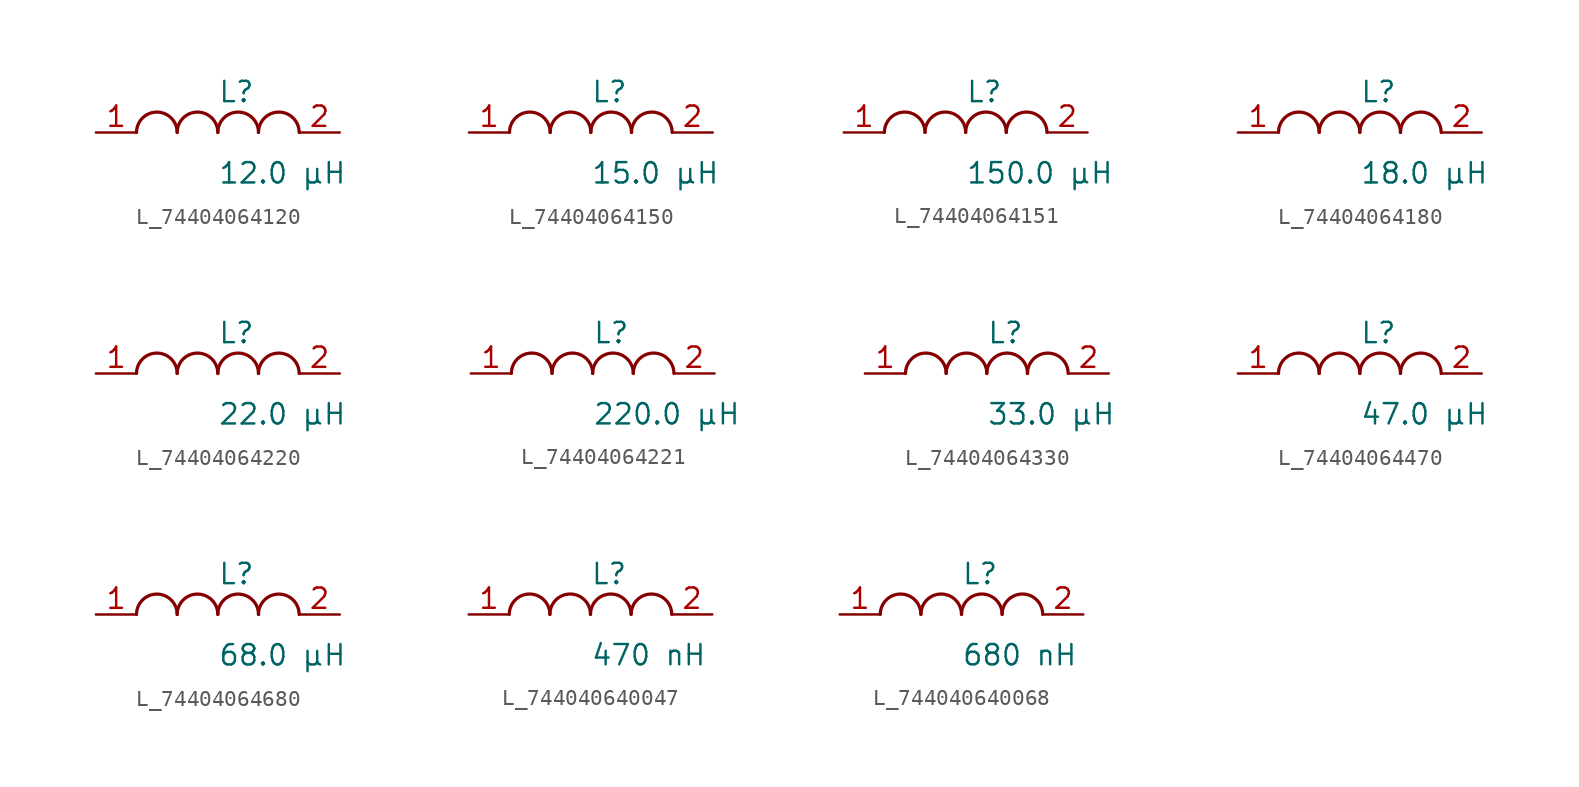
<source format=kicad_sym>
(kicad_symbol_lib
  (version 20231120)
  (generator kicad_symbol_editor)
  (generator_version 8.0)
  (symbol "L_74404064120"
    (pin_names
      (offset 0.254))
    (property "Reference" "L"
      (at 0 2.54 0)
      (effects (font (size 1.27 1.27)) (justify left)))
    (property "Value" "12.0 µH"
      (at 0 -2.54 0)
      (effects (font (size 1.27 1.27)) (justify left)))
    (symbol "L_74404064120_1_1"
      (arc (start -2.54 0.0056) (mid -3.81 1.27) (end -5.08 0.0056) (stroke (width 0.2032) (type default)) (fill (type none)))
      (arc (start 0 0.0056) (mid -1.27 1.27) (end -2.54 0.0056) (stroke (width 0.2032) (type default)) (fill (type none)))
      (arc (start 2.54 0.0056) (mid 1.27 1.27) (end 0 0.0056) (stroke (width 0.2032) (type default)) (fill (type none)))
      (arc (start 5.08 0.0056) (mid 3.81 1.27) (end 2.54 0.0056) (stroke (width 0.2032) (type default)) (fill (type none)))
      (pin unspecified line (at -7.62 0 0) (length 2.54) (name "" (effects (font (size 1.27 1.27)))) (number "1" (effects (font (size 1.27 1.27)))))
      (pin unspecified line (at 7.62 0 180) (length 2.54) (name "" (effects (font (size 1.27 1.27)))) (number "2" (effects (font (size 1.27 1.27)))))))
  (symbol "L_74404064150"
    (pin_names
      (offset 0.254))
    (property "Reference" "L"
      (at 0 2.54 0)
      (effects (font (size 1.27 1.27)) (justify left)))
    (property "Value" "15.0 µH"
      (at 0 -2.54 0)
      (effects (font (size 1.27 1.27)) (justify left)))
    (symbol "L_74404064150_1_1"
      (arc (start -2.54 0.0056) (mid -3.81 1.27) (end -5.08 0.0056) (stroke (width 0.2032) (type default)) (fill (type none)))
      (arc (start 0 0.0056) (mid -1.27 1.27) (end -2.54 0.0056) (stroke (width 0.2032) (type default)) (fill (type none)))
      (arc (start 2.54 0.0056) (mid 1.27 1.27) (end 0 0.0056) (stroke (width 0.2032) (type default)) (fill (type none)))
      (arc (start 5.08 0.0056) (mid 3.81 1.27) (end 2.54 0.0056) (stroke (width 0.2032) (type default)) (fill (type none)))
      (pin unspecified line (at -7.62 0 0) (length 2.54) (name "" (effects (font (size 1.27 1.27)))) (number "1" (effects (font (size 1.27 1.27)))))
      (pin unspecified line (at 7.62 0 180) (length 2.54) (name "" (effects (font (size 1.27 1.27)))) (number "2" (effects (font (size 1.27 1.27)))))))
  (symbol "L_74404064151"
    (pin_names
      (offset 0.254))
    (property "Reference" "L"
      (at 0 2.54 0)
      (effects (font (size 1.27 1.27)) (justify left)))
    (property "Value" "150.0 µH"
      (at 0 -2.54 0)
      (effects (font (size 1.27 1.27)) (justify left)))
    (symbol "L_74404064151_1_1"
      (arc (start -2.54 0.0056) (mid -3.81 1.27) (end -5.08 0.0056) (stroke (width 0.2032) (type default)) (fill (type none)))
      (arc (start 0 0.0056) (mid -1.27 1.27) (end -2.54 0.0056) (stroke (width 0.2032) (type default)) (fill (type none)))
      (arc (start 2.54 0.0056) (mid 1.27 1.27) (end 0 0.0056) (stroke (width 0.2032) (type default)) (fill (type none)))
      (arc (start 5.08 0.0056) (mid 3.81 1.27) (end 2.54 0.0056) (stroke (width 0.2032) (type default)) (fill (type none)))
      (pin unspecified line (at -7.62 0 0) (length 2.54) (name "" (effects (font (size 1.27 1.27)))) (number "1" (effects (font (size 1.27 1.27)))))
      (pin unspecified line (at 7.62 0 180) (length 2.54) (name "" (effects (font (size 1.27 1.27)))) (number "2" (effects (font (size 1.27 1.27)))))))
  (symbol "L_74404064180"
    (pin_names
      (offset 0.254))
    (property "Reference" "L"
      (at 0 2.54 0)
      (effects (font (size 1.27 1.27)) (justify left)))
    (property "Value" "18.0 µH"
      (at 0 -2.54 0)
      (effects (font (size 1.27 1.27)) (justify left)))
    (symbol "L_74404064180_1_1"
      (arc (start -2.54 0.0056) (mid -3.81 1.27) (end -5.08 0.0056) (stroke (width 0.2032) (type default)) (fill (type none)))
      (arc (start 0 0.0056) (mid -1.27 1.27) (end -2.54 0.0056) (stroke (width 0.2032) (type default)) (fill (type none)))
      (arc (start 2.54 0.0056) (mid 1.27 1.27) (end 0 0.0056) (stroke (width 0.2032) (type default)) (fill (type none)))
      (arc (start 5.08 0.0056) (mid 3.81 1.27) (end 2.54 0.0056) (stroke (width 0.2032) (type default)) (fill (type none)))
      (pin unspecified line (at -7.62 0 0) (length 2.54) (name "" (effects (font (size 1.27 1.27)))) (number "1" (effects (font (size 1.27 1.27)))))
      (pin unspecified line (at 7.62 0 180) (length 2.54) (name "" (effects (font (size 1.27 1.27)))) (number "2" (effects (font (size 1.27 1.27)))))))
  (symbol "L_74404064220"
    (pin_names
      (offset 0.254))
    (property "Reference" "L"
      (at 0 2.54 0)
      (effects (font (size 1.27 1.27)) (justify left)))
    (property "Value" "22.0 µH"
      (at 0 -2.54 0)
      (effects (font (size 1.27 1.27)) (justify left)))
    (symbol "L_74404064220_1_1"
      (arc (start -2.54 0.0056) (mid -3.81 1.27) (end -5.08 0.0056) (stroke (width 0.2032) (type default)) (fill (type none)))
      (arc (start 0 0.0056) (mid -1.27 1.27) (end -2.54 0.0056) (stroke (width 0.2032) (type default)) (fill (type none)))
      (arc (start 2.54 0.0056) (mid 1.27 1.27) (end 0 0.0056) (stroke (width 0.2032) (type default)) (fill (type none)))
      (arc (start 5.08 0.0056) (mid 3.81 1.27) (end 2.54 0.0056) (stroke (width 0.2032) (type default)) (fill (type none)))
      (pin unspecified line (at -7.62 0 0) (length 2.54) (name "" (effects (font (size 1.27 1.27)))) (number "1" (effects (font (size 1.27 1.27)))))
      (pin unspecified line (at 7.62 0 180) (length 2.54) (name "" (effects (font (size 1.27 1.27)))) (number "2" (effects (font (size 1.27 1.27)))))))
  (symbol "L_74404064221"
    (pin_names
      (offset 0.254))
    (property "Reference" "L"
      (at 0 2.54 0)
      (effects (font (size 1.27 1.27)) (justify left)))
    (property "Value" "220.0 µH"
      (at 0 -2.54 0)
      (effects (font (size 1.27 1.27)) (justify left)))
    (symbol "L_74404064221_1_1"
      (arc (start -2.54 0.0056) (mid -3.81 1.27) (end -5.08 0.0056) (stroke (width 0.2032) (type default)) (fill (type none)))
      (arc (start 0 0.0056) (mid -1.27 1.27) (end -2.54 0.0056) (stroke (width 0.2032) (type default)) (fill (type none)))
      (arc (start 2.54 0.0056) (mid 1.27 1.27) (end 0 0.0056) (stroke (width 0.2032) (type default)) (fill (type none)))
      (arc (start 5.08 0.0056) (mid 3.81 1.27) (end 2.54 0.0056) (stroke (width 0.2032) (type default)) (fill (type none)))
      (pin unspecified line (at -7.62 0 0) (length 2.54) (name "" (effects (font (size 1.27 1.27)))) (number "1" (effects (font (size 1.27 1.27)))))
      (pin unspecified line (at 7.62 0 180) (length 2.54) (name "" (effects (font (size 1.27 1.27)))) (number "2" (effects (font (size 1.27 1.27)))))))
  (symbol "L_74404064330"
    (pin_names
      (offset 0.254))
    (property "Reference" "L"
      (at 0 2.54 0)
      (effects (font (size 1.27 1.27)) (justify left)))
    (property "Value" "33.0 µH"
      (at 0 -2.54 0)
      (effects (font (size 1.27 1.27)) (justify left)))
    (symbol "L_74404064330_1_1"
      (arc (start -2.54 0.0056) (mid -3.81 1.27) (end -5.08 0.0056) (stroke (width 0.2032) (type default)) (fill (type none)))
      (arc (start 0 0.0056) (mid -1.27 1.27) (end -2.54 0.0056) (stroke (width 0.2032) (type default)) (fill (type none)))
      (arc (start 2.54 0.0056) (mid 1.27 1.27) (end 0 0.0056) (stroke (width 0.2032) (type default)) (fill (type none)))
      (arc (start 5.08 0.0056) (mid 3.81 1.27) (end 2.54 0.0056) (stroke (width 0.2032) (type default)) (fill (type none)))
      (pin unspecified line (at -7.62 0 0) (length 2.54) (name "" (effects (font (size 1.27 1.27)))) (number "1" (effects (font (size 1.27 1.27)))))
      (pin unspecified line (at 7.62 0 180) (length 2.54) (name "" (effects (font (size 1.27 1.27)))) (number "2" (effects (font (size 1.27 1.27)))))))
  (symbol "L_74404064470"
    (pin_names
      (offset 0.254))
    (property "Reference" "L"
      (at 0 2.54 0)
      (effects (font (size 1.27 1.27)) (justify left)))
    (property "Value" "47.0 µH"
      (at 0 -2.54 0)
      (effects (font (size 1.27 1.27)) (justify left)))
    (symbol "L_74404064470_1_1"
      (arc (start -2.54 0.0056) (mid -3.81 1.27) (end -5.08 0.0056) (stroke (width 0.2032) (type default)) (fill (type none)))
      (arc (start 0 0.0056) (mid -1.27 1.27) (end -2.54 0.0056) (stroke (width 0.2032) (type default)) (fill (type none)))
      (arc (start 2.54 0.0056) (mid 1.27 1.27) (end 0 0.0056) (stroke (width 0.2032) (type default)) (fill (type none)))
      (arc (start 5.08 0.0056) (mid 3.81 1.27) (end 2.54 0.0056) (stroke (width 0.2032) (type default)) (fill (type none)))
      (pin unspecified line (at -7.62 0 0) (length 2.54) (name "" (effects (font (size 1.27 1.27)))) (number "1" (effects (font (size 1.27 1.27)))))
      (pin unspecified line (at 7.62 0 180) (length 2.54) (name "" (effects (font (size 1.27 1.27)))) (number "2" (effects (font (size 1.27 1.27)))))))
  (symbol "L_74404064680"
    (pin_names
      (offset 0.254))
    (property "Reference" "L"
      (at 0 2.54 0)
      (effects (font (size 1.27 1.27)) (justify left)))
    (property "Value" "68.0 µH"
      (at 0 -2.54 0)
      (effects (font (size 1.27 1.27)) (justify left)))
    (symbol "L_74404064680_1_1"
      (arc (start -2.54 0.0056) (mid -3.81 1.27) (end -5.08 0.0056) (stroke (width 0.2032) (type default)) (fill (type none)))
      (arc (start 0 0.0056) (mid -1.27 1.27) (end -2.54 0.0056) (stroke (width 0.2032) (type default)) (fill (type none)))
      (arc (start 2.54 0.0056) (mid 1.27 1.27) (end 0 0.0056) (stroke (width 0.2032) (type default)) (fill (type none)))
      (arc (start 5.08 0.0056) (mid 3.81 1.27) (end 2.54 0.0056) (stroke (width 0.2032) (type default)) (fill (type none)))
      (pin unspecified line (at -7.62 0 0) (length 2.54) (name "" (effects (font (size 1.27 1.27)))) (number "1" (effects (font (size 1.27 1.27)))))
      (pin unspecified line (at 7.62 0 180) (length 2.54) (name "" (effects (font (size 1.27 1.27)))) (number "2" (effects (font (size 1.27 1.27)))))))
  (symbol "L_744040640047"
    (pin_names
      (offset 0.254))
    (property "Reference" "L"
      (at 0 2.54 0)
      (effects (font (size 1.27 1.27)) (justify left)))
    (property "Value" "470 nH"
      (at 0 -2.54 0)
      (effects (font (size 1.27 1.27)) (justify left)))
    (symbol "L_744040640047_1_1"
      (arc (start -2.54 0.0056) (mid -3.81 1.27) (end -5.08 0.0056) (stroke (width 0.2032) (type default)) (fill (type none)))
      (arc (start 0 0.0056) (mid -1.27 1.27) (end -2.54 0.0056) (stroke (width 0.2032) (type default)) (fill (type none)))
      (arc (start 2.54 0.0056) (mid 1.27 1.27) (end 0 0.0056) (stroke (width 0.2032) (type default)) (fill (type none)))
      (arc (start 5.08 0.0056) (mid 3.81 1.27) (end 2.54 0.0056) (stroke (width 0.2032) (type default)) (fill (type none)))
      (pin unspecified line (at -7.62 0 0) (length 2.54) (name "" (effects (font (size 1.27 1.27)))) (number "1" (effects (font (size 1.27 1.27)))))
      (pin unspecified line (at 7.62 0 180) (length 2.54) (name "" (effects (font (size 1.27 1.27)))) (number "2" (effects (font (size 1.27 1.27)))))))
  (symbol "L_744040640068"
    (pin_names
      (offset 0.254))
    (property "Reference" "L"
      (at 0 2.54 0)
      (effects (font (size 1.27 1.27)) (justify left)))
    (property "Value" "680 nH"
      (at 0 -2.54 0)
      (effects (font (size 1.27 1.27)) (justify left)))
    (symbol "L_744040640068_1_1"
      (arc (start -2.54 0.0056) (mid -3.81 1.27) (end -5.08 0.0056) (stroke (width 0.2032) (type default)) (fill (type none)))
      (arc (start 0 0.0056) (mid -1.27 1.27) (end -2.54 0.0056) (stroke (width 0.2032) (type default)) (fill (type none)))
      (arc (start 2.54 0.0056) (mid 1.27 1.27) (end 0 0.0056) (stroke (width 0.2032) (type default)) (fill (type none)))
      (arc (start 5.08 0.0056) (mid 3.81 1.27) (end 2.54 0.0056) (stroke (width 0.2032) (type default)) (fill (type none)))
      (pin unspecified line (at -7.62 0 0) (length 2.54) (name "" (effects (font (size 1.27 1.27)))) (number "1" (effects (font (size 1.27 1.27)))))
      (pin unspecified line (at 7.62 0 180) (length 2.54) (name "" (effects (font (size 1.27 1.27)))) (number "2" (effects (font (size 1.27 1.27))))))))
</source>
